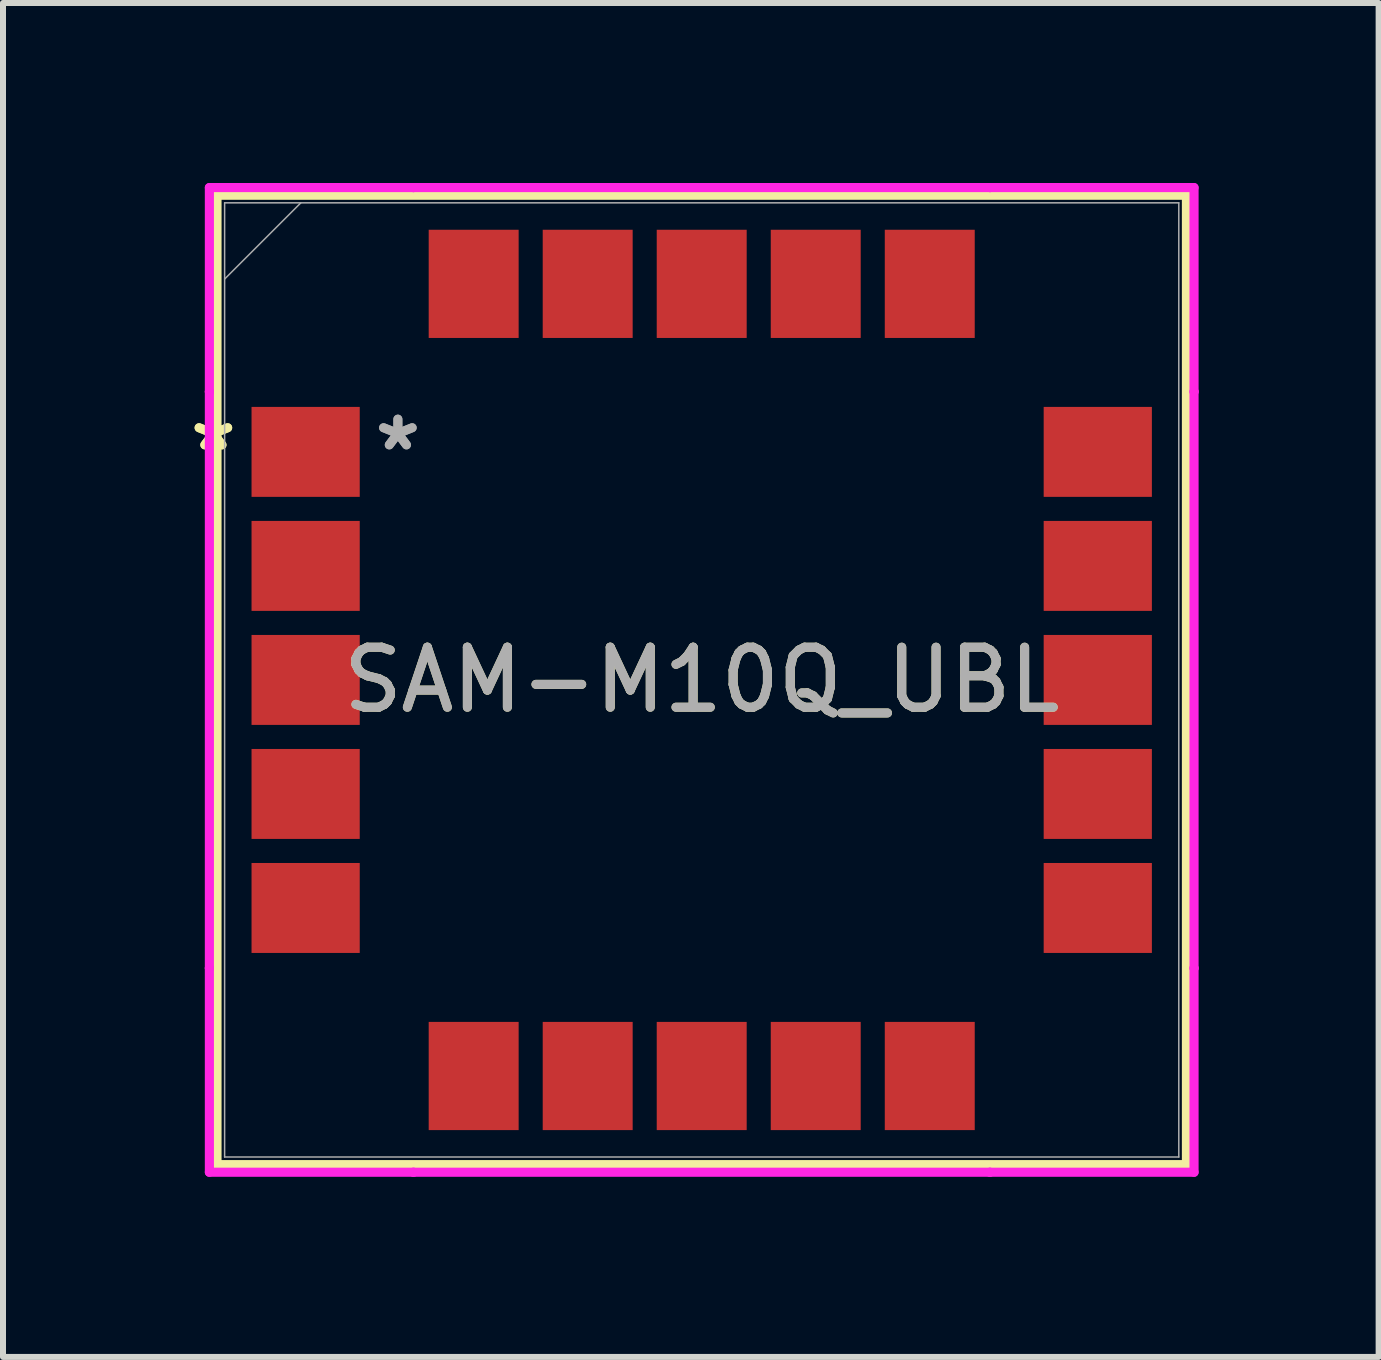
<source format=kicad_pcb>
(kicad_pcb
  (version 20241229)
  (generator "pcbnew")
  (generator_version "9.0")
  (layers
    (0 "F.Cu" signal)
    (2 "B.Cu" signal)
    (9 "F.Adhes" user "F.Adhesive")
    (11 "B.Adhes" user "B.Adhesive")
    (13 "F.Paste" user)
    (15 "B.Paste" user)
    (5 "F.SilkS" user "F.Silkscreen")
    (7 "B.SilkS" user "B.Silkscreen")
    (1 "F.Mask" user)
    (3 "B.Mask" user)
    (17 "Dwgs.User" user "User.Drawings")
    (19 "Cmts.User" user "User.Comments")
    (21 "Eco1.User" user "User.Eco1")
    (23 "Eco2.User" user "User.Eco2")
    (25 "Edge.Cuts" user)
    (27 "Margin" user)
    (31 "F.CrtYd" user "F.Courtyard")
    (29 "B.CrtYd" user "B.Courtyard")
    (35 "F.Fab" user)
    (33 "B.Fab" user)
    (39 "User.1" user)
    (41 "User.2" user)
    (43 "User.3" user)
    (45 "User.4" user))
  (footprint "SAM-M10Q_UBL"
    (layer "F.Cu")
    (at 8.643 8.28)
    (property "Reference" "SAM-M10Q_UBL" (at 0 0 0) (unlocked yes) (layer "F.SilkS") (effects (font (size 1 1) (thickness 0.15))))
    (attr smd)
    (fp_line (start -8.077 -8.077) (end -8.077 8.077) (stroke (width 0.152) (type solid)) (layer "F.SilkS"))
    (fp_line (start -8.077 8.077) (end 8.077 8.077) (stroke (width 0.152) (type solid)) (layer "F.SilkS"))
    (fp_line (start 8.077 -8.077) (end -8.077 -8.077) (stroke (width 0.152) (type solid)) (layer "F.SilkS"))
    (fp_line (start 8.077 8.077) (end 8.077 -8.077) (stroke (width 0.152) (type solid)) (layer "F.SilkS"))
    (fp_line (start -8.204 -8.204) (end -4.803 -8.204) (stroke (width 0.152) (type solid)) (layer "F.CrtYd"))
    (fp_line (start -8.204 -4.803) (end -8.204 -8.204) (stroke (width 0.152) (type solid)) (layer "F.CrtYd"))
    (fp_line (start -8.204 -4.803) (end -8.204 -4.803) (stroke (width 0.152) (type solid)) (layer "F.CrtYd"))
    (fp_line (start -8.204 4.803) (end -8.204 -4.803) (stroke (width 0.152) (type solid)) (layer "F.CrtYd"))
    (fp_line (start -8.204 4.803) (end -8.204 4.803) (stroke (width 0.152) (type solid)) (layer "F.CrtYd"))
    (fp_line (start -8.204 8.204) (end -8.204 4.803) (stroke (width 0.152) (type solid)) (layer "F.CrtYd"))
    (fp_line (start -4.803 -8.204) (end -4.803 -8.204) (stroke (width 0.152) (type solid)) (layer "F.CrtYd"))
    (fp_line (start -4.803 -8.204) (end 4.803 -8.204) (stroke (width 0.152) (type solid)) (layer "F.CrtYd"))
    (fp_line (start -4.803 8.204) (end -8.204 8.204) (stroke (width 0.152) (type solid)) (layer "F.CrtYd"))
    (fp_line (start -4.803 8.204) (end -4.803 8.204) (stroke (width 0.152) (type solid)) (layer "F.CrtYd"))
    (fp_line (start 4.803 -8.204) (end 4.803 -8.204) (stroke (width 0.152) (type solid)) (layer "F.CrtYd"))
    (fp_line (start 4.803 -8.204) (end 8.204 -8.204) (stroke (width 0.152) (type solid)) (layer "F.CrtYd"))
    (fp_line (start 4.803 8.204) (end -4.803 8.204) (stroke (width 0.152) (type solid)) (layer "F.CrtYd"))
    (fp_line (start 4.803 8.204) (end 4.803 8.204) (stroke (width 0.152) (type solid)) (layer "F.CrtYd"))
    (fp_line (start 8.204 -8.204) (end 8.204 -4.803) (stroke (width 0.152) (type solid)) (layer "F.CrtYd"))
    (fp_line (start 8.204 -4.803) (end 8.204 -4.803) (stroke (width 0.152) (type solid)) (layer "F.CrtYd"))
    (fp_line (start 8.204 -4.803) (end 8.204 4.803) (stroke (width 0.152) (type solid)) (layer "F.CrtYd"))
    (fp_line (start 8.204 4.803) (end 8.204 4.803) (stroke (width 0.152) (type solid)) (layer "F.CrtYd"))
    (fp_line (start 8.204 4.803) (end 8.204 8.204) (stroke (width 0.152) (type solid)) (layer "F.CrtYd"))
    (fp_line (start 8.204 8.204) (end 4.803 8.204) (stroke (width 0.152) (type solid)) (layer "F.CrtYd"))
    (fp_line (start -7.95 -7.95) (end -7.95 7.95) (stroke (width 0.025) (type solid)) (layer "F.Fab"))
    (fp_line (start -7.95 -6.68) (end -6.68 -7.95) (stroke (width 0.025) (type solid)) (layer "F.Fab"))
    (fp_line (start -7.95 7.95) (end 7.95 7.95) (stroke (width 0.025) (type solid)) (layer "F.Fab"))
    (fp_line (start 7.95 -7.95) (end -7.95 -7.95) (stroke (width 0.025) (type solid)) (layer "F.Fab"))
    (fp_line (start 7.95 7.95) (end 7.95 -7.95) (stroke (width 0.025) (type solid)) (layer "F.Fab"))
    (fp_text user "*" (at -8.137 -3.8 0) (layer "F.SilkS") (effects (font (size 1 1) (thickness 0.15))))
    (fp_text user "*" (at -8.137 -3.8 0) (unlocked yes) (layer "F.SilkS") (effects (font (size 1 1) (thickness 0.15))))
    (fp_text user "*" (at -5.063 -3.8 0) (layer "F.Fab") (effects (font (size 1 1) (thickness 0.15))))
    (fp_text user "${REFERENCE}" (at 0 0 0) (unlocked yes) (layer "F.Fab") (effects (font (size 1 1) (thickness 0.15))))
    (fp_text user "*" (at -5.063 -3.8 0) (unlocked yes) (layer "F.Fab") (effects (font (size 1 1) (thickness 0.15))))
    (pad "1" smd rect (at -6.6 -3.8) (size 1.803 1.499) (layers "F.Cu" "F.Mask" "F.Paste"))
    (pad "2" smd rect (at -6.6 -1.9) (size 1.803 1.499) (layers "F.Cu" "F.Mask" "F.Paste"))
    (pad "3" smd rect (at -6.6 0) (size 1.803 1.499) (layers "F.Cu" "F.Mask" "F.Paste"))
    (pad "4" smd rect (at -6.6 1.9) (size 1.803 1.499) (layers "F.Cu" "F.Mask" "F.Paste"))
    (pad "5" smd rect (at -6.6 3.8) (size 1.803 1.499) (layers "F.Cu" "F.Mask" "F.Paste"))
    (pad "6" smd rect (at -3.8 6.6 90) (size 1.803 1.499) (layers "F.Cu" "F.Mask" "F.Paste"))
    (pad "7" smd rect (at -1.9 6.6 90) (size 1.803 1.499) (layers "F.Cu" "F.Mask" "F.Paste"))
    (pad "8" smd rect (at 0 6.6 90) (size 1.803 1.499) (layers "F.Cu" "F.Mask" "F.Paste"))
    (pad "9" smd rect (at 1.9 6.6 90) (size 1.803 1.499) (layers "F.Cu" "F.Mask" "F.Paste"))
    (pad "10" smd rect (at 3.8 6.6 90) (size 1.803 1.499) (layers "F.Cu" "F.Mask" "F.Paste"))
    (pad "11" smd rect (at 6.6 3.8) (size 1.803 1.499) (layers "F.Cu" "F.Mask" "F.Paste"))
    (pad "12" smd rect (at 6.6 1.9) (size 1.803 1.499) (layers "F.Cu" "F.Mask" "F.Paste"))
    (pad "13" smd rect (at 6.6 0) (size 1.803 1.499) (layers "F.Cu" "F.Mask" "F.Paste"))
    (pad "14" smd rect (at 6.6 -1.9) (size 1.803 1.499) (layers "F.Cu" "F.Mask" "F.Paste"))
    (pad "15" smd rect (at 6.6 -3.8) (size 1.803 1.499) (layers "F.Cu" "F.Mask" "F.Paste"))
    (pad "16" smd rect (at 3.8 -6.6 90) (size 1.803 1.499) (layers "F.Cu" "F.Mask" "F.Paste"))
    (pad "17" smd rect (at 1.9 -6.6 90) (size 1.803 1.499) (layers "F.Cu" "F.Mask" "F.Paste"))
    (pad "18" smd rect (at 0 -6.6 90) (size 1.803 1.499) (layers "F.Cu" "F.Mask" "F.Paste"))
    (pad "19" smd rect (at -1.9 -6.6 90) (size 1.803 1.499) (layers "F.Cu" "F.Mask" "F.Paste"))
    (pad "20" smd rect (at -3.8 -6.6 90) (size 1.803 1.499) (layers "F.Cu" "F.Mask" "F.Paste")))
  (gr_rect
    (start -3 -3)
    (end 19.923 19.561)
    (stroke (width 0.1) (type default))
    (fill no)
    (layer "Edge.Cuts")))
</source>
